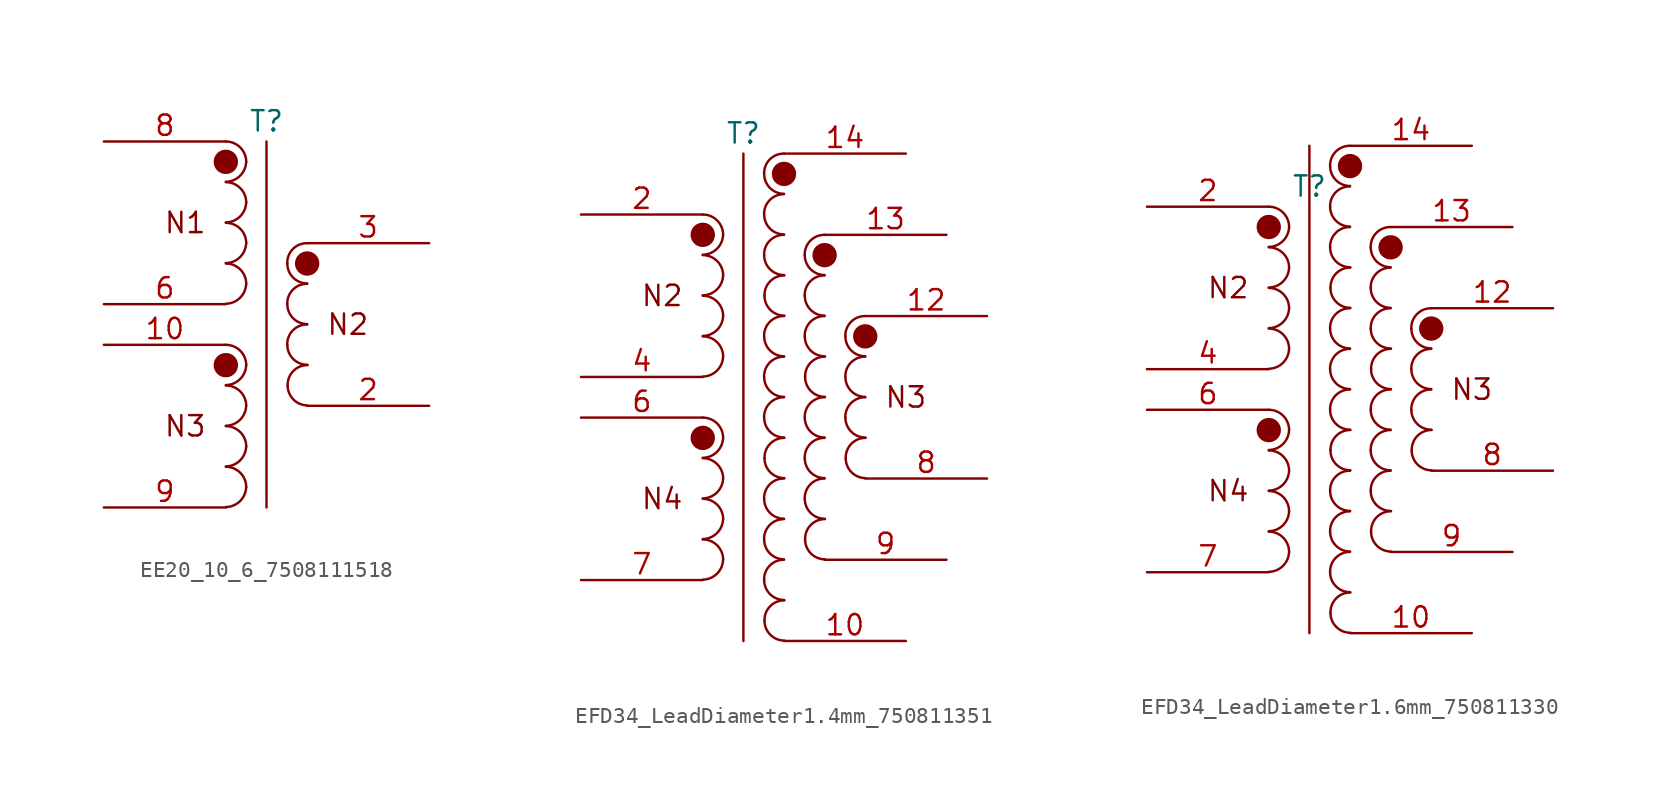
<source format=kicad_sym>
(kicad_symbol_lib
  (version 20220914)
  (generator kicad_symbol_editor)
  (symbol "EE20_10_6_7508111518"
    (pin_names hide)
    (property "Reference" "T"
      (at 0 12.7 0)
      (effects (font (size 1.27 1.27))))
    (symbol "EE20_10_6_7508111518_0_1"
      (arc (start -2.54 -11.4046) (mid -1.6561 -11.0363) (end -1.27 -10.16) (stroke (width 0) (type default)) (fill (type none)))
      (arc (start -2.54 -8.8646) (mid -1.6561 -8.4963) (end -1.27 -7.62) (stroke (width 0) (type default)) (fill (type none)))
      (arc (start -2.54 -6.3246) (mid -1.6561 -5.9563) (end -1.27 -5.08) (stroke (width 0) (type default)) (fill (type none)))
      (arc (start -2.54 -3.7846) (mid -1.6561 -3.4163) (end -1.27 -2.54) (stroke (width 0) (type default)) (fill (type none)))
      (arc (start -2.54 1.2954) (mid -1.6561 1.6637) (end -1.27 2.54) (stroke (width 0) (type default)) (fill (type none)))
      (arc (start -2.54 3.8354) (mid -1.6561 4.2037) (end -1.27 5.08) (stroke (width 0) (type default)) (fill (type none)))
      (arc (start -2.54 6.3754) (mid -1.6561 6.7437) (end -1.27 7.62) (stroke (width 0) (type default)) (fill (type none)))
      (arc (start -2.54 8.9154) (mid -1.6561 9.2837) (end -1.27 10.16) (stroke (width 0) (type default)) (fill (type none)))
      (arc (start -1.27 -10.16) (mid -1.642 -9.262) (end -2.54 -8.89) (stroke (width 0) (type default)) (fill (type none)))
      (arc (start -1.27 -7.62) (mid -1.642 -6.722) (end -2.54 -6.35) (stroke (width 0) (type default)) (fill (type none)))
      (arc (start -1.27 -5.08) (mid -1.642 -4.182) (end -2.54 -3.81) (stroke (width 0) (type default)) (fill (type none)))
      (arc (start -1.27 -2.54) (mid -1.642 -1.642) (end -2.54 -1.27) (stroke (width 0) (type default)) (fill (type none)))
      (arc (start -1.27 2.54) (mid -1.642 3.438) (end -2.54 3.81) (stroke (width 0) (type default)) (fill (type none)))
      (arc (start -1.27 5.08) (mid -1.642 5.978) (end -2.54 6.35) (stroke (width 0) (type default)) (fill (type none)))
      (arc (start -1.27 7.62) (mid -1.642 8.518) (end -2.54 8.89) (stroke (width 0) (type default)) (fill (type none)))
      (arc (start -1.27 10.16) (mid -1.642 11.058) (end -2.54 11.43) (stroke (width 0) (type default)) (fill (type none)))
      (polyline (pts (xy 0 11.43) (xy 0 -11.43)) (stroke (width 0) (type default)) (fill (type none)))
      (arc (start 1.2954 -1.27) (mid 1.6599 -2.1501) (end 2.54 -2.5146) (stroke (width 0) (type default)) (fill (type none)))
      (arc (start 1.2954 1.27) (mid 1.6599 0.3899) (end 2.54 0.0254) (stroke (width 0) (type default)) (fill (type none)))
      (arc (start 1.2954 3.81) (mid 1.6599 2.9299) (end 2.54 2.5654) (stroke (width 0) (type default)) (fill (type none)))
      (arc (start 1.3208 -3.81) (mid 1.6853 -4.6901) (end 2.5654 -5.0546) (stroke (width 0) (type default)) (fill (type none)))
      (arc (start 2.54 0) (mid 1.642 -0.372) (end 1.2954 -1.27) (stroke (width 0) (type default)) (fill (type none)))
      (arc (start 2.54 2.54) (mid 1.642 2.168) (end 1.2954 1.27) (stroke (width 0) (type default)) (fill (type none)))
      (arc (start 2.54 5.08) (mid 1.642 4.708) (end 1.2954 3.81) (stroke (width 0) (type default)) (fill (type none)))
      (arc (start 2.5654 -2.54) (mid 1.6674 -2.912) (end 1.3208 -3.81) (stroke (width 0) (type default)) (fill (type none))))
    (symbol "EE20_10_6_7508111518_1_1"
      (circle (center -2.54 -2.54) (radius 0.0001) (stroke (width 0.762) (type default)) (fill (type none)))
      (circle (center -2.54 10.16) (radius 0.0001) (stroke (width 0.762) (type default)) (fill (type none)))
      (circle (center 2.54 3.81) (radius 0.0001) (stroke (width 0.762) (type default)) (fill (type none)))
      (text "N1" (at -5.08 6.35 0) (effects (font (size 1.27 1.27))))
      (text "N2" (at 5.08 0 0) (effects (font (size 1.27 1.27))))
      (text "N3" (at -5.08 -6.35 0) (effects (font (size 1.27 1.27))))
      (pin passive line (at -10.16 -1.27 0) (length 7.62) (name "10" (effects (font (size 1.27 1.27)))) (number "10" (effects (font (size 1.27 1.27)))))
      (pin passive line (at 10.16 -5.08 180) (length 7.62) (name "2" (effects (font (size 1.27 1.27)))) (number "2" (effects (font (size 1.27 1.27)))))
      (pin passive line (at 10.16 5.08 180) (length 7.62) (name "3" (effects (font (size 1.27 1.27)))) (number "3" (effects (font (size 1.27 1.27)))))
      (pin passive line (at -10.16 1.27 0) (length 7.62) (name "6" (effects (font (size 1.27 1.27)))) (number "6" (effects (font (size 1.27 1.27)))))
      (pin passive line (at -10.16 11.43 0) (length 7.62) (name "8" (effects (font (size 1.27 1.27)))) (number "8" (effects (font (size 1.27 1.27)))))
      (pin passive line (at -10.16 -11.43 0) (length 7.62) (name "9" (effects (font (size 1.27 1.27)))) (number "9" (effects (font (size 1.27 1.27)))))))
  (symbol "EFD34_LeadDiameter1.4mm_750811351"
    (pin_names hide)
    (property "Reference" "T"
      (at 0 16.51 0)
      (effects (font (size 1.27 1.27))))
    (symbol "EFD34_LeadDiameter1.4mm_750811351_0_1"
      (arc (start -2.54 -11.4046) (mid -1.6561 -11.0363) (end -1.27 -10.16) (stroke (width 0) (type default)) (fill (type none)))
      (arc (start -2.54 -8.8646) (mid -1.6561 -8.4963) (end -1.27 -7.62) (stroke (width 0) (type default)) (fill (type none)))
      (arc (start -2.54 -6.3246) (mid -1.6561 -5.9563) (end -1.27 -5.08) (stroke (width 0) (type default)) (fill (type none)))
      (arc (start -2.54 -3.7846) (mid -1.6561 -3.4163) (end -1.27 -2.54) (stroke (width 0) (type default)) (fill (type none)))
      (arc (start -2.54 1.2954) (mid -1.6561 1.6637) (end -1.27 2.54) (stroke (width 0) (type default)) (fill (type none)))
      (arc (start -2.54 3.8354) (mid -1.6561 4.2037) (end -1.27 5.08) (stroke (width 0) (type default)) (fill (type none)))
      (arc (start -2.54 6.3754) (mid -1.6561 6.7437) (end -1.27 7.62) (stroke (width 0) (type default)) (fill (type none)))
      (arc (start -2.54 8.9154) (mid -1.6561 9.2837) (end -1.27 10.16) (stroke (width 0) (type default)) (fill (type none)))
      (arc (start -1.27 -10.16) (mid -1.642 -9.262) (end -2.54 -8.89) (stroke (width 0) (type default)) (fill (type none)))
      (arc (start -1.27 -7.62) (mid -1.642 -6.722) (end -2.54 -6.35) (stroke (width 0) (type default)) (fill (type none)))
      (arc (start -1.27 -5.08) (mid -1.642 -4.182) (end -2.54 -3.81) (stroke (width 0) (type default)) (fill (type none)))
      (arc (start -1.27 -2.54) (mid -1.642 -1.642) (end -2.54 -1.27) (stroke (width 0) (type default)) (fill (type none)))
      (arc (start -1.27 2.54) (mid -1.642 3.438) (end -2.54 3.81) (stroke (width 0) (type default)) (fill (type none)))
      (arc (start -1.27 5.08) (mid -1.642 5.978) (end -2.54 6.35) (stroke (width 0) (type default)) (fill (type none)))
      (arc (start -1.27 7.62) (mid -1.642 8.518) (end -2.54 8.89) (stroke (width 0) (type default)) (fill (type none)))
      (arc (start -1.27 10.16) (mid -1.642 11.058) (end -2.54 11.43) (stroke (width 0) (type default)) (fill (type none)))
      (polyline (pts (xy 0 15.24) (xy 0 -15.24)) (stroke (width 0) (type default)) (fill (type none)))
      (arc (start 1.2954 -11.43) (mid 1.6599 -12.3101) (end 2.54 -12.6746) (stroke (width 0) (type default)) (fill (type none)))
      (arc (start 1.2954 -8.89) (mid 1.6599 -9.7701) (end 2.54 -10.1346) (stroke (width 0) (type default)) (fill (type none)))
      (arc (start 1.2954 -6.35) (mid 1.6599 -7.2301) (end 2.54 -7.5946) (stroke (width 0) (type default)) (fill (type none)))
      (arc (start 1.2954 -1.27) (mid 1.6599 -2.1501) (end 2.54 -2.5146) (stroke (width 0) (type default)) (fill (type none)))
      (arc (start 1.2954 1.27) (mid 1.6599 0.3899) (end 2.54 0.0254) (stroke (width 0) (type default)) (fill (type none)))
      (arc (start 1.2954 3.81) (mid 1.6599 2.9299) (end 2.54 2.5654) (stroke (width 0) (type default)) (fill (type none)))
      (arc (start 1.2954 8.89) (mid 1.6599 8.0099) (end 2.54 7.6454) (stroke (width 0) (type default)) (fill (type none)))
      (arc (start 1.2954 11.43) (mid 1.6599 10.5499) (end 2.54 10.1854) (stroke (width 0) (type default)) (fill (type none)))
      (arc (start 1.2954 13.97) (mid 1.6599 13.0899) (end 2.54 12.7254) (stroke (width 0) (type default)) (fill (type none)))
      (arc (start 1.3208 -13.97) (mid 1.6853 -14.8503) (end 2.5654 -15.2146) (stroke (width 0) (type default)) (fill (type none)))
      (arc (start 1.3208 -3.81) (mid 1.6853 -4.6903) (end 2.5654 -5.0546) (stroke (width 0) (type default)) (fill (type none)))
      (arc (start 1.3208 6.35) (mid 1.6853 5.4697) (end 2.5654 5.1054) (stroke (width 0) (type default)) (fill (type none)))
      (arc (start 2.54 -10.16) (mid 1.6458 -10.5285) (end 1.2954 -11.43) (stroke (width 0) (type default)) (fill (type none)))
      (arc (start 2.54 -7.62) (mid 1.6458 -7.9885) (end 1.2954 -8.89) (stroke (width 0) (type default)) (fill (type none)))
      (arc (start 2.54 -5.08) (mid 1.6458 -5.4485) (end 1.2954 -6.35) (stroke (width 0) (type default)) (fill (type none)))
      (arc (start 2.54 0) (mid 1.6458 -0.3685) (end 1.2954 -1.27) (stroke (width 0) (type default)) (fill (type none)))
      (arc (start 2.54 2.54) (mid 1.6458 2.1715) (end 1.2954 1.27) (stroke (width 0) (type default)) (fill (type none)))
      (arc (start 2.54 5.08) (mid 1.6458 4.7115) (end 1.2954 3.81) (stroke (width 0) (type default)) (fill (type none)))
      (arc (start 2.54 10.16) (mid 1.6458 9.7915) (end 1.2954 8.89) (stroke (width 0) (type default)) (fill (type none)))
      (arc (start 2.54 12.7) (mid 1.6458 12.3315) (end 1.2954 11.43) (stroke (width 0) (type default)) (fill (type none)))
      (arc (start 2.54 15.24) (mid 1.6458 14.8715) (end 1.2954 13.97) (stroke (width 0) (type default)) (fill (type none)))
      (arc (start 2.5654 -12.7) (mid 1.6709 -13.0683) (end 1.3208 -13.97) (stroke (width 0) (type default)) (fill (type none)))
      (arc (start 2.5654 -2.54) (mid 1.6709 -2.9083) (end 1.3208 -3.81) (stroke (width 0) (type default)) (fill (type none)))
      (arc (start 2.5654 7.62) (mid 1.6709 7.2517) (end 1.3208 6.35) (stroke (width 0) (type default)) (fill (type none)))
      (arc (start 3.8354 -6.35) (mid 4.1999 -7.2301) (end 5.08 -7.5946) (stroke (width 0) (type default)) (fill (type none)))
      (arc (start 3.8354 -3.81) (mid 4.1999 -4.6901) (end 5.08 -5.0546) (stroke (width 0) (type default)) (fill (type none)))
      (arc (start 3.8354 -1.27) (mid 4.1999 -2.1501) (end 5.08 -2.5146) (stroke (width 0) (type default)) (fill (type none)))
      (arc (start 3.8354 3.81) (mid 4.1999 2.9299) (end 5.08 2.5654) (stroke (width 0) (type default)) (fill (type none)))
      (arc (start 3.8354 6.35) (mid 4.1999 5.4699) (end 5.08 5.1054) (stroke (width 0) (type default)) (fill (type none)))
      (arc (start 3.8354 8.89) (mid 4.1999 8.0099) (end 5.08 7.6454) (stroke (width 0) (type default)) (fill (type none)))
      (arc (start 3.8608 -8.89) (mid 4.2253 -9.7703) (end 5.1054 -10.1346) (stroke (width 0) (type default)) (fill (type none)))
      (arc (start 3.8608 1.27) (mid 4.2253 0.3897) (end 5.1054 0.0254) (stroke (width 0) (type default)) (fill (type none)))
      (arc (start 5.08 -5.08) (mid 4.1858 -5.4485) (end 3.8354 -6.35) (stroke (width 0) (type default)) (fill (type none)))
      (arc (start 5.08 -2.54) (mid 4.1858 -2.9085) (end 3.8354 -3.81) (stroke (width 0) (type default)) (fill (type none)))
      (arc (start 5.08 0) (mid 4.1858 -0.3685) (end 3.8354 -1.27) (stroke (width 0) (type default)) (fill (type none)))
      (arc (start 5.08 5.08) (mid 4.1858 4.7115) (end 3.8354 3.81) (stroke (width 0) (type default)) (fill (type none)))
      (arc (start 5.08 7.62) (mid 4.1858 7.2515) (end 3.8354 6.35) (stroke (width 0) (type default)) (fill (type none)))
      (arc (start 5.08 10.16) (mid 4.1858 9.7915) (end 3.8354 8.89) (stroke (width 0) (type default)) (fill (type none)))
      (arc (start 5.1054 -7.62) (mid 4.2109 -7.9883) (end 3.8608 -8.89) (stroke (width 0) (type default)) (fill (type none)))
      (arc (start 5.1054 2.54) (mid 4.2109 2.1717) (end 3.8608 1.27) (stroke (width 0) (type default)) (fill (type none)))
      (arc (start 6.3754 -1.27) (mid 6.7399 -2.1501) (end 7.62 -2.5146) (stroke (width 0) (type default)) (fill (type none)))
      (arc (start 6.3754 1.27) (mid 6.7399 0.3899) (end 7.62 0.0254) (stroke (width 0) (type default)) (fill (type none)))
      (arc (start 6.3754 3.81) (mid 6.7399 2.9299) (end 7.62 2.5654) (stroke (width 0) (type default)) (fill (type none)))
      (arc (start 6.4008 -3.81) (mid 6.7654 -4.6899) (end 7.6454 -5.0546) (stroke (width 0) (type default)) (fill (type none)))
      (arc (start 7.62 0) (mid 6.7258 -0.3685) (end 6.3754 -1.27) (stroke (width 0) (type default)) (fill (type none)))
      (arc (start 7.62 2.54) (mid 6.7258 2.1715) (end 6.3754 1.27) (stroke (width 0) (type default)) (fill (type none)))
      (arc (start 7.62 5.08) (mid 6.7258 4.7115) (end 6.3754 3.81) (stroke (width 0) (type default)) (fill (type none)))
      (arc (start 7.6454 -2.54) (mid 6.7509 -2.9083) (end 6.4008 -3.81) (stroke (width 0) (type default)) (fill (type none))))
    (symbol "EFD34_LeadDiameter1.4mm_750811351_1_1"
      (circle (center -2.54 -2.54) (radius 0.0001) (stroke (width 0.762) (type default)) (fill (type none)))
      (circle (center -2.54 10.16) (radius 0.0001) (stroke (width 0.762) (type default)) (fill (type none)))
      (circle (center 2.54 13.97) (radius 0.0001) (stroke (width 0.762) (type default)) (fill (type none)))
      (circle (center 5.08 8.89) (radius 0.0001) (stroke (width 0.762) (type default)) (fill (type none)))
      (circle (center 7.62 3.81) (radius 0.0001) (stroke (width 0.762) (type default)) (fill (type none)))
      (text "N2" (at -5.08 6.35 0) (effects (font (size 1.27 1.27))))
      (text "N3" (at 10.16 0 0) (effects (font (size 1.27 1.27))))
      (text "N4" (at -5.08 -6.35 0) (effects (font (size 1.27 1.27))))
      (pin passive line (at 10.16 -15.24 180) (length 7.62) (name "10" (effects (font (size 1.27 1.27)))) (number "10" (effects (font (size 1.27 1.27)))))
      (pin passive line (at 15.24 5.08 180) (length 7.62) (name "12" (effects (font (size 1.27 1.27)))) (number "12" (effects (font (size 1.27 1.27)))))
      (pin passive line (at 12.7 10.16 180) (length 7.62) (name "13" (effects (font (size 1.27 1.27)))) (number "13" (effects (font (size 1.27 1.27)))))
      (pin passive line (at 10.16 15.24 180) (length 7.62) (name "14" (effects (font (size 1.27 1.27)))) (number "14" (effects (font (size 1.27 1.27)))))
      (pin passive line (at -10.16 11.43 0) (length 7.62) (name "2" (effects (font (size 1.27 1.27)))) (number "2" (effects (font (size 1.27 1.27)))))
      (pin passive line (at -10.16 1.27 0) (length 7.62) (name "4" (effects (font (size 1.27 1.27)))) (number "4" (effects (font (size 1.27 1.27)))))
      (pin passive line (at -10.16 -1.27 0) (length 7.62) (name "6" (effects (font (size 1.27 1.27)))) (number "6" (effects (font (size 1.27 1.27)))))
      (pin passive line (at -10.16 -11.43 0) (length 7.62) (name "7" (effects (font (size 1.27 1.27)))) (number "7" (effects (font (size 1.27 1.27)))))
      (pin passive line (at 15.24 -5.08 180) (length 7.62) (name "8" (effects (font (size 1.27 1.27)))) (number "8" (effects (font (size 1.27 1.27)))))
      (pin passive line (at 12.7 -10.16 180) (length 7.62) (name "9" (effects (font (size 1.27 1.27)))) (number "9" (effects (font (size 1.27 1.27)))))))
  (symbol "EFD34_LeadDiameter1.6mm_750811330"
    (pin_names hide)
    (property "Reference" "T"
      (at 0 12.7 0)
      (effects (font (size 1.27 1.27))))
    (symbol "EFD34_LeadDiameter1.6mm_750811330_0_1"
      (arc (start -2.54 -11.4046) (mid -1.6561 -11.0363) (end -1.27 -10.16) (stroke (width 0) (type default)) (fill (type none)))
      (arc (start -2.54 -8.8646) (mid -1.6561 -8.4963) (end -1.27 -7.62) (stroke (width 0) (type default)) (fill (type none)))
      (arc (start -2.54 -6.3246) (mid -1.6561 -5.9563) (end -1.27 -5.08) (stroke (width 0) (type default)) (fill (type none)))
      (arc (start -2.54 -3.7846) (mid -1.6561 -3.4163) (end -1.27 -2.54) (stroke (width 0) (type default)) (fill (type none)))
      (arc (start -2.54 1.2954) (mid -1.6561 1.6637) (end -1.27 2.54) (stroke (width 0) (type default)) (fill (type none)))
      (arc (start -2.54 3.8354) (mid -1.6561 4.2037) (end -1.27 5.08) (stroke (width 0) (type default)) (fill (type none)))
      (arc (start -2.54 6.3754) (mid -1.6561 6.7437) (end -1.27 7.62) (stroke (width 0) (type default)) (fill (type none)))
      (arc (start -2.54 8.9154) (mid -1.6561 9.2837) (end -1.27 10.16) (stroke (width 0) (type default)) (fill (type none)))
      (arc (start -1.27 -10.16) (mid -1.642 -9.262) (end -2.54 -8.89) (stroke (width 0) (type default)) (fill (type none)))
      (arc (start -1.27 -7.62) (mid -1.642 -6.722) (end -2.54 -6.35) (stroke (width 0) (type default)) (fill (type none)))
      (arc (start -1.27 -5.08) (mid -1.642 -4.182) (end -2.54 -3.81) (stroke (width 0) (type default)) (fill (type none)))
      (arc (start -1.27 -2.54) (mid -1.642 -1.642) (end -2.54 -1.27) (stroke (width 0) (type default)) (fill (type none)))
      (arc (start -1.27 2.54) (mid -1.642 3.438) (end -2.54 3.81) (stroke (width 0) (type default)) (fill (type none)))
      (arc (start -1.27 5.08) (mid -1.642 5.978) (end -2.54 6.35) (stroke (width 0) (type default)) (fill (type none)))
      (arc (start -1.27 7.62) (mid -1.642 8.518) (end -2.54 8.89) (stroke (width 0) (type default)) (fill (type none)))
      (arc (start -1.27 10.16) (mid -1.642 11.058) (end -2.54 11.43) (stroke (width 0) (type default)) (fill (type none)))
      (polyline (pts (xy 0 15.24) (xy 0 -15.24)) (stroke (width 0) (type default)) (fill (type none)))
      (arc (start 1.2954 -11.43) (mid 1.6599 -12.3101) (end 2.54 -12.6746) (stroke (width 0) (type default)) (fill (type none)))
      (arc (start 1.2954 -8.89) (mid 1.6599 -9.7701) (end 2.54 -10.1346) (stroke (width 0) (type default)) (fill (type none)))
      (arc (start 1.2954 -6.35) (mid 1.6599 -7.2301) (end 2.54 -7.5946) (stroke (width 0) (type default)) (fill (type none)))
      (arc (start 1.2954 -1.27) (mid 1.6599 -2.1501) (end 2.54 -2.5146) (stroke (width 0) (type default)) (fill (type none)))
      (arc (start 1.2954 1.27) (mid 1.6599 0.3899) (end 2.54 0.0254) (stroke (width 0) (type default)) (fill (type none)))
      (arc (start 1.2954 3.81) (mid 1.6599 2.9299) (end 2.54 2.5654) (stroke (width 0) (type default)) (fill (type none)))
      (arc (start 1.2954 8.89) (mid 1.6599 8.0099) (end 2.54 7.6454) (stroke (width 0) (type default)) (fill (type none)))
      (arc (start 1.2954 11.43) (mid 1.6599 10.5499) (end 2.54 10.1854) (stroke (width 0) (type default)) (fill (type none)))
      (arc (start 1.2954 13.97) (mid 1.6599 13.0899) (end 2.54 12.7254) (stroke (width 0) (type default)) (fill (type none)))
      (arc (start 1.3208 -13.97) (mid 1.6853 -14.8503) (end 2.5654 -15.2146) (stroke (width 0) (type default)) (fill (type none)))
      (arc (start 1.3208 -3.81) (mid 1.6853 -4.6903) (end 2.5654 -5.0546) (stroke (width 0) (type default)) (fill (type none)))
      (arc (start 1.3208 6.35) (mid 1.6853 5.4697) (end 2.5654 5.1054) (stroke (width 0) (type default)) (fill (type none)))
      (arc (start 2.54 -10.16) (mid 1.6458 -10.5285) (end 1.2954 -11.43) (stroke (width 0) (type default)) (fill (type none)))
      (arc (start 2.54 -7.62) (mid 1.6458 -7.9885) (end 1.2954 -8.89) (stroke (width 0) (type default)) (fill (type none)))
      (arc (start 2.54 -5.08) (mid 1.6458 -5.4485) (end 1.2954 -6.35) (stroke (width 0) (type default)) (fill (type none)))
      (arc (start 2.54 0) (mid 1.6458 -0.3685) (end 1.2954 -1.27) (stroke (width 0) (type default)) (fill (type none)))
      (arc (start 2.54 2.54) (mid 1.6458 2.1715) (end 1.2954 1.27) (stroke (width 0) (type default)) (fill (type none)))
      (arc (start 2.54 5.08) (mid 1.6458 4.7115) (end 1.2954 3.81) (stroke (width 0) (type default)) (fill (type none)))
      (arc (start 2.54 10.16) (mid 1.6458 9.7915) (end 1.2954 8.89) (stroke (width 0) (type default)) (fill (type none)))
      (arc (start 2.54 12.7) (mid 1.6458 12.3315) (end 1.2954 11.43) (stroke (width 0) (type default)) (fill (type none)))
      (arc (start 2.54 15.24) (mid 1.6458 14.8715) (end 1.2954 13.97) (stroke (width 0) (type default)) (fill (type none)))
      (arc (start 2.5654 -12.7) (mid 1.6709 -13.0683) (end 1.3208 -13.97) (stroke (width 0) (type default)) (fill (type none)))
      (arc (start 2.5654 -2.54) (mid 1.6709 -2.9083) (end 1.3208 -3.81) (stroke (width 0) (type default)) (fill (type none)))
      (arc (start 2.5654 7.62) (mid 1.6709 7.2517) (end 1.3208 6.35) (stroke (width 0) (type default)) (fill (type none)))
      (arc (start 3.8354 -6.35) (mid 4.1999 -7.2301) (end 5.08 -7.5946) (stroke (width 0) (type default)) (fill (type none)))
      (arc (start 3.8354 -3.81) (mid 4.1999 -4.6901) (end 5.08 -5.0546) (stroke (width 0) (type default)) (fill (type none)))
      (arc (start 3.8354 -1.27) (mid 4.1999 -2.1501) (end 5.08 -2.5146) (stroke (width 0) (type default)) (fill (type none)))
      (arc (start 3.8354 3.81) (mid 4.1999 2.9299) (end 5.08 2.5654) (stroke (width 0) (type default)) (fill (type none)))
      (arc (start 3.8354 6.35) (mid 4.1999 5.4699) (end 5.08 5.1054) (stroke (width 0) (type default)) (fill (type none)))
      (arc (start 3.8354 8.89) (mid 4.1999 8.0099) (end 5.08 7.6454) (stroke (width 0) (type default)) (fill (type none)))
      (arc (start 3.8608 -8.89) (mid 4.2253 -9.7703) (end 5.1054 -10.1346) (stroke (width 0) (type default)) (fill (type none)))
      (arc (start 3.8608 1.27) (mid 4.2253 0.3897) (end 5.1054 0.0254) (stroke (width 0) (type default)) (fill (type none)))
      (arc (start 5.08 -5.08) (mid 4.1858 -5.4485) (end 3.8354 -6.35) (stroke (width 0) (type default)) (fill (type none)))
      (arc (start 5.08 -2.54) (mid 4.1858 -2.9085) (end 3.8354 -3.81) (stroke (width 0) (type default)) (fill (type none)))
      (arc (start 5.08 0) (mid 4.1858 -0.3685) (end 3.8354 -1.27) (stroke (width 0) (type default)) (fill (type none)))
      (arc (start 5.08 5.08) (mid 4.1858 4.7115) (end 3.8354 3.81) (stroke (width 0) (type default)) (fill (type none)))
      (arc (start 5.08 7.62) (mid 4.1858 7.2515) (end 3.8354 6.35) (stroke (width 0) (type default)) (fill (type none)))
      (arc (start 5.08 10.16) (mid 4.1858 9.7915) (end 3.8354 8.89) (stroke (width 0) (type default)) (fill (type none)))
      (arc (start 5.1054 -7.62) (mid 4.2109 -7.9883) (end 3.8608 -8.89) (stroke (width 0) (type default)) (fill (type none)))
      (arc (start 5.1054 2.54) (mid 4.2109 2.1717) (end 3.8608 1.27) (stroke (width 0) (type default)) (fill (type none)))
      (arc (start 6.3754 -1.27) (mid 6.7399 -2.1501) (end 7.62 -2.5146) (stroke (width 0) (type default)) (fill (type none)))
      (arc (start 6.3754 1.27) (mid 6.7399 0.3899) (end 7.62 0.0254) (stroke (width 0) (type default)) (fill (type none)))
      (arc (start 6.3754 3.81) (mid 6.7399 2.9299) (end 7.62 2.5654) (stroke (width 0) (type default)) (fill (type none)))
      (arc (start 6.4008 -3.81) (mid 6.7654 -4.6899) (end 7.6454 -5.0546) (stroke (width 0) (type default)) (fill (type none)))
      (arc (start 7.62 0) (mid 6.7258 -0.3685) (end 6.3754 -1.27) (stroke (width 0) (type default)) (fill (type none)))
      (arc (start 7.62 2.54) (mid 6.7258 2.1715) (end 6.3754 1.27) (stroke (width 0) (type default)) (fill (type none)))
      (arc (start 7.62 5.08) (mid 6.7258 4.7115) (end 6.3754 3.81) (stroke (width 0) (type default)) (fill (type none)))
      (arc (start 7.6454 -2.54) (mid 6.7509 -2.9083) (end 6.4008 -3.81) (stroke (width 0) (type default)) (fill (type none))))
    (symbol "EFD34_LeadDiameter1.6mm_750811330_1_1"
      (circle (center -2.54 -2.54) (radius 0.0001) (stroke (width 0.762) (type default)) (fill (type none)))
      (circle (center -2.54 10.16) (radius 0.0001) (stroke (width 0.762) (type default)) (fill (type none)))
      (circle (center 2.54 13.97) (radius 0.0001) (stroke (width 0.762) (type default)) (fill (type none)))
      (circle (center 5.08 8.89) (radius 0.0001) (stroke (width 0.762) (type default)) (fill (type none)))
      (circle (center 7.62 3.81) (radius 0.0001) (stroke (width 0.762) (type default)) (fill (type none)))
      (text "N2" (at -5.08 6.35 0) (effects (font (size 1.27 1.27))))
      (text "N3" (at 10.16 0 0) (effects (font (size 1.27 1.27))))
      (text "N4" (at -5.08 -6.35 0) (effects (font (size 1.27 1.27))))
      (pin passive line (at 10.16 -15.24 180) (length 7.62) (name "10" (effects (font (size 1.27 1.27)))) (number "10" (effects (font (size 1.27 1.27)))))
      (pin passive line (at 15.24 5.08 180) (length 7.62) (name "12" (effects (font (size 1.27 1.27)))) (number "12" (effects (font (size 1.27 1.27)))))
      (pin passive line (at 12.7 10.16 180) (length 7.62) (name "13" (effects (font (size 1.27 1.27)))) (number "13" (effects (font (size 1.27 1.27)))))
      (pin passive line (at 10.16 15.24 180) (length 7.62) (name "14" (effects (font (size 1.27 1.27)))) (number "14" (effects (font (size 1.27 1.27)))))
      (pin passive line (at -10.16 11.43 0) (length 7.62) (name "2" (effects (font (size 1.27 1.27)))) (number "2" (effects (font (size 1.27 1.27)))))
      (pin passive line (at -10.16 1.27 0) (length 7.62) (name "4" (effects (font (size 1.27 1.27)))) (number "4" (effects (font (size 1.27 1.27)))))
      (pin passive line (at -10.16 -1.27 0) (length 7.62) (name "6" (effects (font (size 1.27 1.27)))) (number "6" (effects (font (size 1.27 1.27)))))
      (pin passive line (at -10.16 -11.43 0) (length 7.62) (name "7" (effects (font (size 1.27 1.27)))) (number "7" (effects (font (size 1.27 1.27)))))
      (pin passive line (at 15.24 -5.08 180) (length 7.62) (name "8" (effects (font (size 1.27 1.27)))) (number "8" (effects (font (size 1.27 1.27)))))
      (pin passive line (at 12.7 -10.16 180) (length 7.62) (name "9" (effects (font (size 1.27 1.27)))) (number "9" (effects (font (size 1.27 1.27))))))))
</source>
